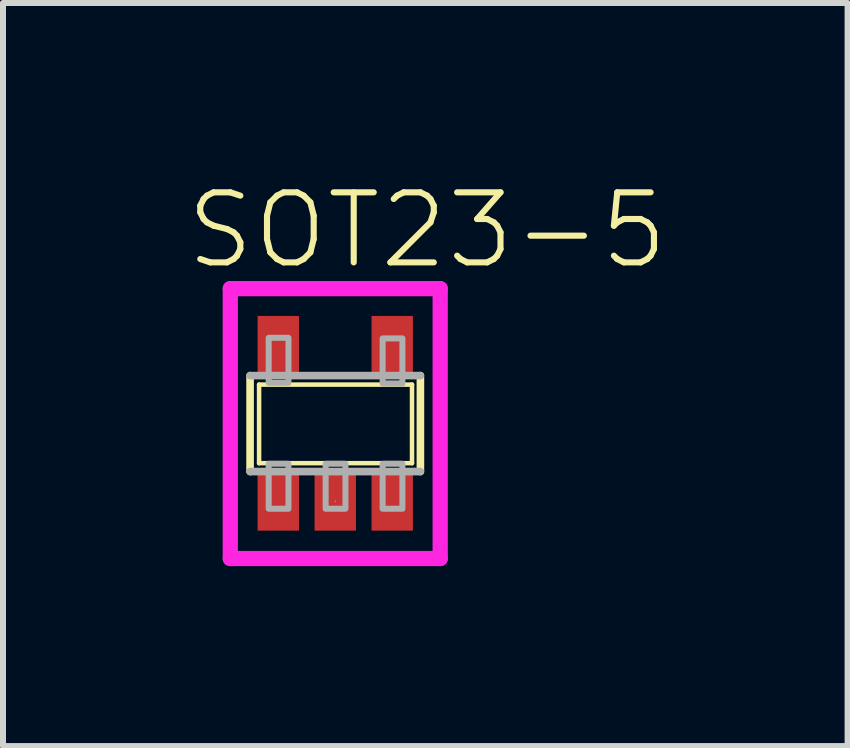
<source format=kicad_pcb>
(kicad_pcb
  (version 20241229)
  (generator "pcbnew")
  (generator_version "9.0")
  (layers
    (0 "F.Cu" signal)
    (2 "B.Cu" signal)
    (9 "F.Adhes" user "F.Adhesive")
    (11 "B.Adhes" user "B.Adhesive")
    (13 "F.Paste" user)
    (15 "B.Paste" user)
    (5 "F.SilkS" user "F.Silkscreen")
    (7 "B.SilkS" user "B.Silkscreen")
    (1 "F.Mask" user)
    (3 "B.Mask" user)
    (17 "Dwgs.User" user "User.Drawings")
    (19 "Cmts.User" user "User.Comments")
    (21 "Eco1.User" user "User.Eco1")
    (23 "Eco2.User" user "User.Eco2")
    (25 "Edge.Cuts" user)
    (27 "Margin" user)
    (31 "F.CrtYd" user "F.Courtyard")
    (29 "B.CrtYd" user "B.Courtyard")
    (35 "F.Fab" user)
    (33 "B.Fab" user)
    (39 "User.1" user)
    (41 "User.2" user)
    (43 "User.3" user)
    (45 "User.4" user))
  (footprint "SOT23-5"
    (layer "F.Cu")
    (at 2.54 4.013)
    (property "Reference" "SOT23-5" (at -2.54 -2.54 0) (layer "F.SilkS") (effects (font (size 1.168 1.168) (thickness 0.102)) (justify left bottom)))
    (fp_line (start -1.42 0.8) (end -1.42 -0.8) (stroke (width 0.127) (type solid)) (layer "F.SilkS"))
    (fp_line (start -1.27 -0.65) (end 1.28 -0.65) (stroke (width 0.075) (type solid)) (layer "F.SilkS"))
    (fp_line (start -1.27 0.66) (end -1.27 -0.65) (stroke (width 0.075) (type solid)) (layer "F.SilkS"))
    (fp_line (start 0 1.29) (end 0 1.3) (stroke (width 0.01) (type solid)) (layer "F.SilkS"))
    (fp_line (start 1.28 -0.65) (end 1.28 0.66) (stroke (width 0.075) (type solid)) (layer "F.SilkS"))
    (fp_line (start 1.28 0.66) (end -1.27 0.66) (stroke (width 0.075) (type solid)) (layer "F.SilkS"))
    (fp_line (start 1.42 -0.8) (end 1.42 0.8) (stroke (width 0.127) (type solid)) (layer "F.SilkS"))
    (fp_line (start -1.75 -2.25) (end 1.75 -2.25) (stroke (width 0.254) (type solid)) (layer "F.CrtYd"))
    (fp_line (start -1.75 2.25) (end -1.75 -2.25) (stroke (width 0.254) (type solid)) (layer "F.CrtYd"))
    (fp_line (start 1.75 -2.25) (end 1.75 2.25) (stroke (width 0.254) (type solid)) (layer "F.CrtYd"))
    (fp_line (start 1.75 2.25) (end -1.75 2.25) (stroke (width 0.254) (type solid)) (layer "F.CrtYd"))
    (fp_line (start -1.42 -0.8) (end 1.42 -0.8) (stroke (width 0.127) (type solid)) (layer "F.Fab"))
    (fp_line (start 1.42 0.8) (end -1.42 0.8) (stroke (width 0.127) (type solid)) (layer "F.Fab"))
    (fp_poly (pts (xy -1.11 -0.68) (xy -0.78 -0.68) (xy -0.78 -1.43) (xy -1.11 -1.43)) (stroke (width 0.1) (type solid)) (fill no) (layer "F.Fab"))
    (fp_poly (pts (xy -1.11 1.42) (xy -0.78 1.42) (xy -0.78 0.67) (xy -1.11 0.67)) (stroke (width 0.1) (type solid)) (fill no) (layer "F.Fab"))
    (fp_poly (pts (xy -0.16 1.42) (xy 0.17 1.42) (xy 0.17 0.67) (xy -0.16 0.67)) (stroke (width 0.1) (type solid)) (fill no) (layer "F.Fab"))
    (fp_poly (pts (xy 0.79 -0.67) (xy 1.12 -0.67) (xy 1.12 -1.42) (xy 0.79 -1.42)) (stroke (width 0.1) (type solid)) (fill no) (layer "F.Fab"))
    (fp_poly (pts (xy 0.79 1.42) (xy 1.12 1.42) (xy 1.12 0.67) (xy 0.79 0.67)) (stroke (width 0.1) (type solid)) (fill no) (layer "F.Fab"))
    (pad "1" smd rect (at -0.95 1.29) (size 0.69 0.99) (layers "F.Cu" "F.Mask" "F.Paste"))
    (pad "2" smd rect (at 0 1.29) (size 0.69 0.99) (layers "F.Cu" "F.Mask" "F.Paste"))
    (pad "3" smd rect (at 0.95 1.29) (size 0.69 0.99) (layers "F.Cu" "F.Mask" "F.Paste"))
    (pad "4" smd rect (at 0.95 -1.3) (size 0.69 0.99) (layers "F.Cu" "F.Mask" "F.Paste"))
    (pad "5" smd rect (at -0.95 -1.3) (size 0.69 0.99) (layers "F.Cu" "F.Mask" "F.Paste")))
  (gr_rect
    (start -3 -3)
    (end 11.083 9.39)
    (stroke (width 0.1) (type default))
    (fill no)
    (layer "Edge.Cuts")))
</source>
